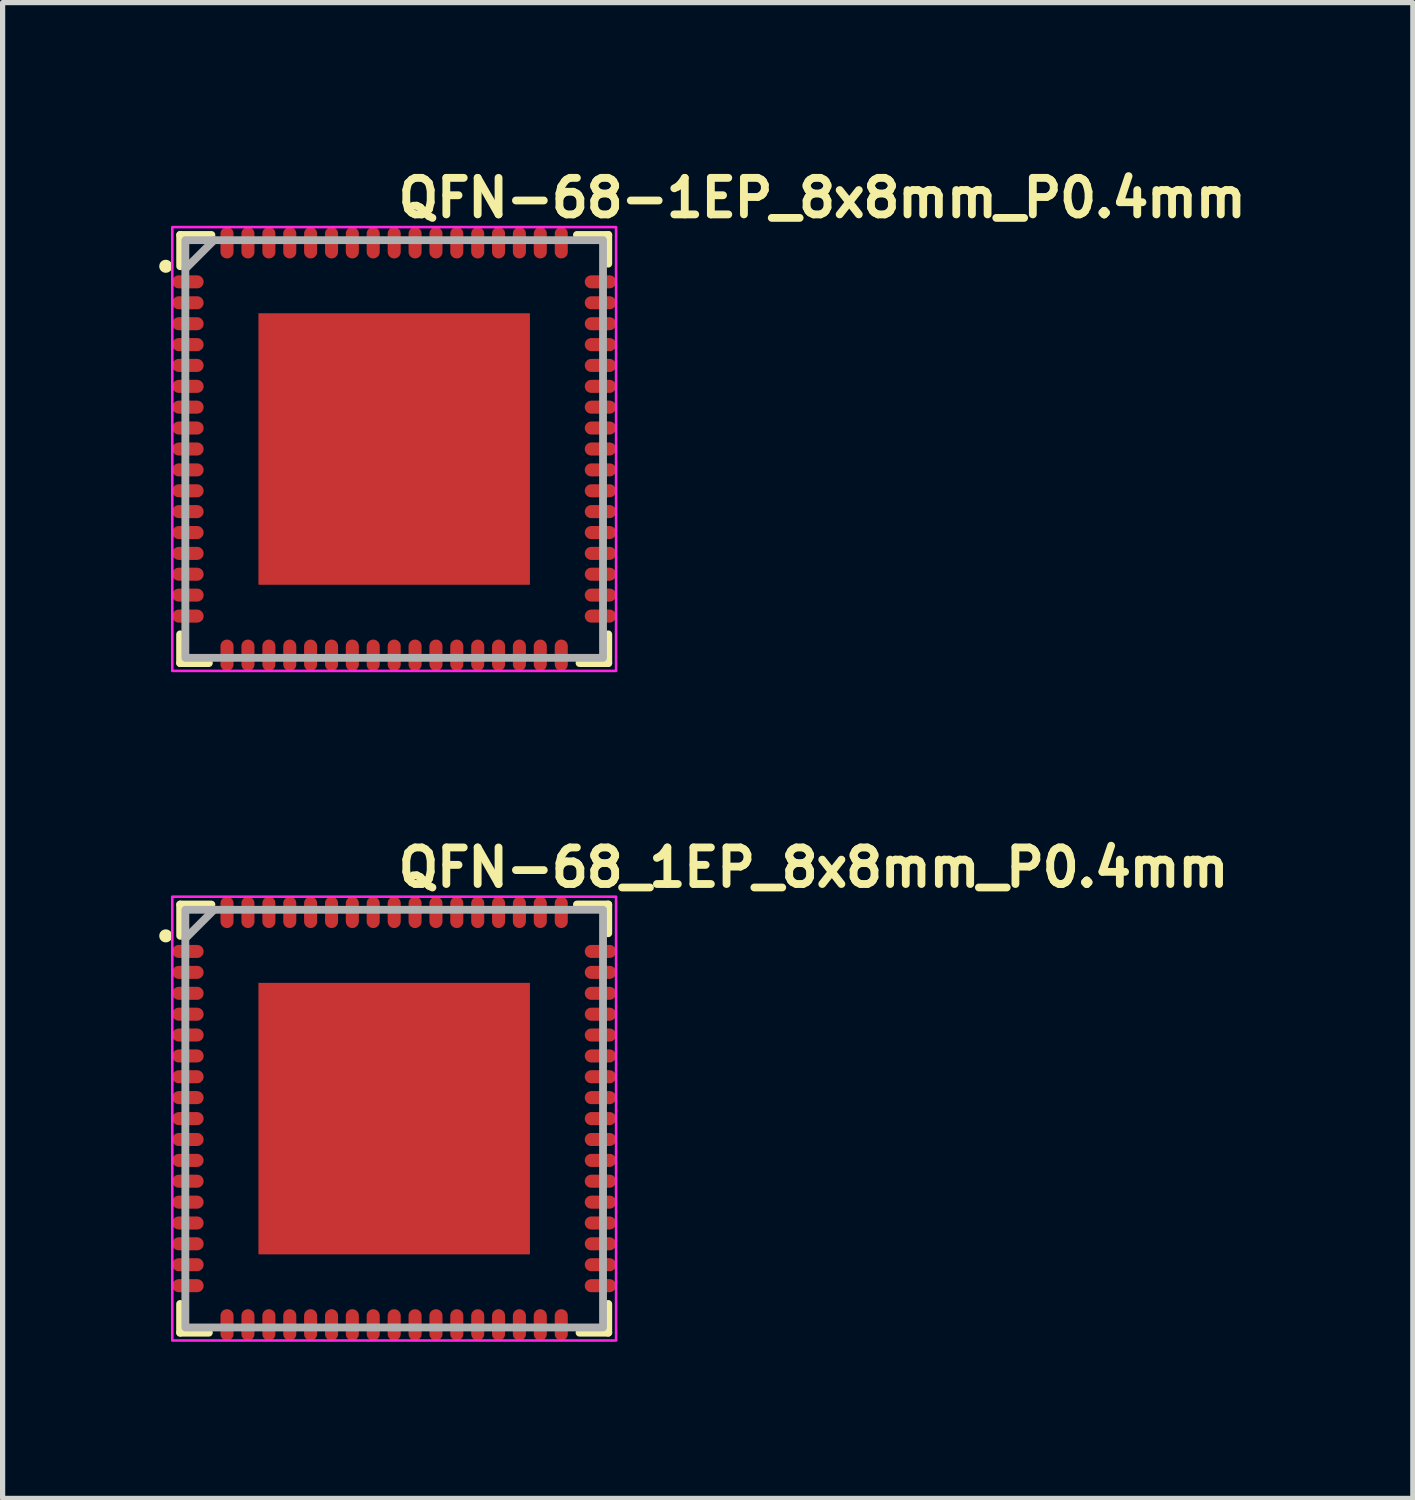
<source format=kicad_pcb>
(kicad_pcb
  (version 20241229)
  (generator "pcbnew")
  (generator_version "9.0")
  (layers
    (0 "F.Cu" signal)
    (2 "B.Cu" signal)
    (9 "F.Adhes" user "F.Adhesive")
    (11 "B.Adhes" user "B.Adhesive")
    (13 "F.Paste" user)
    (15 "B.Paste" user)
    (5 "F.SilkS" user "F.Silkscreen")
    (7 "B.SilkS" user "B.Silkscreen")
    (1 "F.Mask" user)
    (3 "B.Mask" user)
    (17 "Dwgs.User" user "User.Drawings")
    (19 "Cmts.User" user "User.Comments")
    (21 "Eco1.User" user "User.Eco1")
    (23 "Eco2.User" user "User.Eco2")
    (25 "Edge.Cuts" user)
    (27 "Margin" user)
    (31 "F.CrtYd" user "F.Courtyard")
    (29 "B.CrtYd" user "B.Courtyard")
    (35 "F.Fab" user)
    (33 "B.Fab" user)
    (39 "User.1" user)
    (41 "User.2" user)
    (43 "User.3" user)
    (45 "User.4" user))
  (footprint "QFN-68-1EP_8x8mm_P0.4mm"
    (layer "F.Cu")
    (at 4.5 5.55)
    (property "Reference" "QFN-68-1EP_8x8mm_P0.4mm" (at 0 -4.4 0) (layer "F.SilkS") (effects (font (size 0.7 0.7) (thickness 0.15)) (justify left bottom)))
    (attr smd)
    (fp_line (start -4.1 4.1) (end -4.1 3.55) (stroke (width 0.15) (type solid)) (layer "F.SilkS"))
    (fp_line (start -4.099 -3.501) (end -4.099 -4.1) (stroke (width 0.15) (type solid)) (layer "F.SilkS"))
    (fp_line (start -3.55 4.1) (end -4.1 4.1) (stroke (width 0.15) (type solid)) (layer "F.SilkS"))
    (fp_line (start -3.501 -4.1) (end -4.099 -4.1) (stroke (width 0.15) (type solid)) (layer "F.SilkS"))
    (fp_line (start 3.5 -4.1) (end 4.1 -4.1) (stroke (width 0.15) (type solid)) (layer "F.SilkS"))
    (fp_line (start 3.55 4.1) (end 4.1 4.1) (stroke (width 0.15) (type solid)) (layer "F.SilkS"))
    (fp_line (start 4.1 -4.1) (end 4.1 -3.55) (stroke (width 0.15) (type solid)) (layer "F.SilkS"))
    (fp_line (start 4.1 4.1) (end 4.1 3.55) (stroke (width 0.15) (type solid)) (layer "F.SilkS"))
    (fp_circle (center -4.375 -3.5) (end -4.325 -3.5) (stroke (width 0.15) (type solid)) (fill yes) (layer "F.SilkS"))
    (fp_rect (start -4.25 -4.25) (end 4.25 4.25) (stroke (width 0.05) (type solid)) (fill no) (layer "F.CrtYd"))
    (fp_line (start -3.45 -4) (end -4 -3.45) (stroke (width 0.15) (type solid)) (layer "F.Fab"))
    (fp_rect (start -4 -4) (end 4 4) (stroke (width 0.15) (type solid)) (fill no) (layer "F.Fab"))
    (fp_rect (start -4.053 -4.053) (end 4.051 4.051) (stroke (width 0.1) (type solid)) (fill no) (layer "User.5"))
    (fp_line (start -4.053 -4.053) (end -4.053 4.051) (stroke (width 0.02) (type solid)) (layer "User.9"))
    (fp_line (start -4.053 4.051) (end 4.051 4.051) (stroke (width 0.02) (type solid)) (layer "User.9"))
    (fp_line (start 4.051 -4.053) (end -4.053 -4.053) (stroke (width 0.02) (type solid)) (layer "User.9"))
    (fp_line (start 4.051 4.051) (end 4.051 -4.053) (stroke (width 0.02) (type solid)) (layer "User.9"))
    (fp_circle (center -3.25 -3.202) (end -3.05 -3.202) (stroke (width 0.02) (type solid)) (fill no) (layer "User.9"))
    (pad "" smd rect (at -1.7 -1.7) (size 1.5 1.5) (layers "F.Paste"))
    (pad "" smd rect (at -1.7 0) (size 1.5 1.5) (layers "F.Paste"))
    (pad "" smd rect (at -1.7 1.7) (size 1.5 1.5) (layers "F.Paste"))
    (pad "" smd rect (at 0 -1.7) (size 1.5 1.5) (layers "F.Paste"))
    (pad "" smd rect (at 0 0) (size 1.5 1.5) (layers "F.Paste"))
    (pad "" smd rect (at 0 1.7) (size 1.5 1.5) (layers "F.Paste"))
    (pad "" smd rect (at 1.7 -1.7) (size 1.5 1.5) (layers "F.Paste"))
    (pad "" smd rect (at 1.7 0) (size 1.5 1.5) (layers "F.Paste"))
    (pad "" smd rect (at 1.7 1.7) (size 1.5 1.5) (layers "F.Paste"))
    (pad "1" smd oval (at -3.95 -3.202 90) (size 0.25 0.6) (layers "F.Cu" "F.Mask" "F.Paste"))
    (pad "2" smd oval (at -3.95 -2.801 90) (size 0.25 0.6) (layers "F.Cu" "F.Mask" "F.Paste"))
    (pad "3" smd oval (at -3.95 -2.4 90) (size 0.25 0.6) (layers "F.Cu" "F.Mask" "F.Paste"))
    (pad "4" smd oval (at -3.95 -2 90) (size 0.25 0.6) (layers "F.Cu" "F.Mask" "F.Paste"))
    (pad "5" smd oval (at -3.95 -1.601 90) (size 0.25 0.6) (layers "F.Cu" "F.Mask" "F.Paste"))
    (pad "6" smd oval (at -3.95 -1.2 90) (size 0.25 0.6) (layers "F.Cu" "F.Mask" "F.Paste"))
    (pad "7" smd oval (at -3.95 -0.802 90) (size 0.25 0.6) (layers "F.Cu" "F.Mask" "F.Paste"))
    (pad "8" smd oval (at -3.95 -0.402 90) (size 0.25 0.6) (layers "F.Cu" "F.Mask" "F.Paste"))
    (pad "9" smd oval (at -3.95 0 90) (size 0.25 0.6) (layers "F.Cu" "F.Mask" "F.Paste"))
    (pad "10" smd oval (at -3.95 0.4 90) (size 0.25 0.6) (layers "F.Cu" "F.Mask" "F.Paste"))
    (pad "11" smd oval (at -3.95 0.8 90) (size 0.25 0.6) (layers "F.Cu" "F.Mask" "F.Paste"))
    (pad "12" smd oval (at -3.95 1.199 90) (size 0.25 0.6) (layers "F.Cu" "F.Mask" "F.Paste"))
    (pad "13" smd oval (at -3.95 1.6 90) (size 0.25 0.6) (layers "F.Cu" "F.Mask" "F.Paste"))
    (pad "14" smd oval (at -3.95 1.999 90) (size 0.25 0.6) (layers "F.Cu" "F.Mask" "F.Paste"))
    (pad "15" smd oval (at -3.95 2.398 90) (size 0.25 0.6) (layers "F.Cu" "F.Mask" "F.Paste"))
    (pad "16" smd oval (at -3.95 2.798 90) (size 0.25 0.6) (layers "F.Cu" "F.Mask" "F.Paste"))
    (pad "17" smd oval (at -3.95 3.2 90) (size 0.25 0.6) (layers "F.Cu" "F.Mask" "F.Paste"))
    (pad "18" smd oval (at -3.202 3.95) (size 0.25 0.6) (layers "F.Cu" "F.Mask" "F.Paste"))
    (pad "19" smd oval (at -2.801 3.95) (size 0.25 0.6) (layers "F.Cu" "F.Mask" "F.Paste"))
    (pad "20" smd oval (at -2.4 3.95) (size 0.25 0.6) (layers "F.Cu" "F.Mask" "F.Paste"))
    (pad "21" smd oval (at -2 3.95) (size 0.25 0.6) (layers "F.Cu" "F.Mask" "F.Paste"))
    (pad "22" smd oval (at -1.601 3.95) (size 0.25 0.6) (layers "F.Cu" "F.Mask" "F.Paste"))
    (pad "23" smd oval (at -1.2 3.95) (size 0.25 0.6) (layers "F.Cu" "F.Mask" "F.Paste"))
    (pad "24" smd oval (at -0.802 3.95) (size 0.25 0.6) (layers "F.Cu" "F.Mask" "F.Paste"))
    (pad "25" smd oval (at -0.402 3.95) (size 0.25 0.6) (layers "F.Cu" "F.Mask" "F.Paste"))
    (pad "26" smd oval (at 0 3.95) (size 0.25 0.6) (layers "F.Cu" "F.Mask" "F.Paste"))
    (pad "27" smd oval (at 0.4 3.95) (size 0.25 0.6) (layers "F.Cu" "F.Mask" "F.Paste"))
    (pad "28" smd oval (at 0.8 3.95) (size 0.25 0.6) (layers "F.Cu" "F.Mask" "F.Paste"))
    (pad "29" smd oval (at 1.199 3.95) (size 0.25 0.6) (layers "F.Cu" "F.Mask" "F.Paste"))
    (pad "30" smd oval (at 1.6 3.95) (size 0.25 0.6) (layers "F.Cu" "F.Mask" "F.Paste"))
    (pad "31" smd oval (at 1.999 3.95) (size 0.25 0.6) (layers "F.Cu" "F.Mask" "F.Paste"))
    (pad "32" smd oval (at 2.398 3.95) (size 0.25 0.6) (layers "F.Cu" "F.Mask" "F.Paste"))
    (pad "33" smd oval (at 2.798 3.95) (size 0.25 0.6) (layers "F.Cu" "F.Mask" "F.Paste"))
    (pad "34" smd oval (at 3.2 3.95) (size 0.25 0.6) (layers "F.Cu" "F.Mask" "F.Paste"))
    (pad "35" smd oval (at 3.95 3.2 90) (size 0.25 0.6) (layers "F.Cu" "F.Mask" "F.Paste"))
    (pad "36" smd oval (at 3.95 2.798 90) (size 0.25 0.6) (layers "F.Cu" "F.Mask" "F.Paste"))
    (pad "37" smd oval (at 3.95 2.398 90) (size 0.25 0.6) (layers "F.Cu" "F.Mask" "F.Paste"))
    (pad "38" smd oval (at 3.95 1.999 90) (size 0.25 0.6) (layers "F.Cu" "F.Mask" "F.Paste"))
    (pad "39" smd oval (at 3.95 1.6 90) (size 0.25 0.6) (layers "F.Cu" "F.Mask" "F.Paste"))
    (pad "40" smd oval (at 3.95 1.199 90) (size 0.25 0.6) (layers "F.Cu" "F.Mask" "F.Paste"))
    (pad "41" smd oval (at 3.95 0.8 90) (size 0.25 0.6) (layers "F.Cu" "F.Mask" "F.Paste"))
    (pad "42" smd oval (at 3.95 0.4 90) (size 0.25 0.6) (layers "F.Cu" "F.Mask" "F.Paste"))
    (pad "43" smd oval (at 3.95 0 90) (size 0.25 0.6) (layers "F.Cu" "F.Mask" "F.Paste"))
    (pad "44" smd oval (at 3.95 -0.402 90) (size 0.25 0.6) (layers "F.Cu" "F.Mask" "F.Paste"))
    (pad "45" smd oval (at 3.95 -0.802 90) (size 0.25 0.6) (layers "F.Cu" "F.Mask" "F.Paste"))
    (pad "46" smd oval (at 3.95 -1.2 90) (size 0.25 0.6) (layers "F.Cu" "F.Mask" "F.Paste"))
    (pad "47" smd oval (at 3.95 -1.601 90) (size 0.25 0.6) (layers "F.Cu" "F.Mask" "F.Paste"))
    (pad "48" smd oval (at 3.95 -2 90) (size 0.25 0.6) (layers "F.Cu" "F.Mask" "F.Paste"))
    (pad "49" smd oval (at 3.95 -2.4 90) (size 0.25 0.6) (layers "F.Cu" "F.Mask" "F.Paste"))
    (pad "50" smd oval (at 3.95 -2.801 90) (size 0.25 0.6) (layers "F.Cu" "F.Mask" "F.Paste"))
    (pad "51" smd oval (at 3.95 -3.202 90) (size 0.25 0.6) (layers "F.Cu" "F.Mask" "F.Paste"))
    (pad "52" smd oval (at 3.2 -3.95) (size 0.25 0.6) (layers "F.Cu" "F.Mask" "F.Paste"))
    (pad "53" smd oval (at 2.798 -3.95) (size 0.25 0.6) (layers "F.Cu" "F.Mask" "F.Paste"))
    (pad "54" smd oval (at 2.398 -3.95) (size 0.25 0.6) (layers "F.Cu" "F.Mask" "F.Paste"))
    (pad "55" smd oval (at 1.999 -3.95) (size 0.25 0.6) (layers "F.Cu" "F.Mask" "F.Paste"))
    (pad "56" smd oval (at 1.6 -3.95) (size 0.25 0.6) (layers "F.Cu" "F.Mask" "F.Paste"))
    (pad "57" smd oval (at 1.199 -3.95) (size 0.25 0.6) (layers "F.Cu" "F.Mask" "F.Paste"))
    (pad "58" smd oval (at 0.8 -3.95) (size 0.25 0.6) (layers "F.Cu" "F.Mask" "F.Paste"))
    (pad "59" smd oval (at 0.4 -3.95) (size 0.25 0.6) (layers "F.Cu" "F.Mask" "F.Paste"))
    (pad "60" smd oval (at 0 -3.95) (size 0.25 0.6) (layers "F.Cu" "F.Mask" "F.Paste"))
    (pad "61" smd oval (at -0.402 -3.95) (size 0.25 0.6) (layers "F.Cu" "F.Mask" "F.Paste"))
    (pad "62" smd oval (at -0.802 -3.95) (size 0.25 0.6) (layers "F.Cu" "F.Mask" "F.Paste"))
    (pad "63" smd oval (at -1.2 -3.95) (size 0.25 0.6) (layers "F.Cu" "F.Mask" "F.Paste"))
    (pad "64" smd oval (at -1.601 -3.95) (size 0.25 0.6) (layers "F.Cu" "F.Mask" "F.Paste"))
    (pad "65" smd oval (at -2 -3.95) (size 0.25 0.6) (layers "F.Cu" "F.Mask" "F.Paste"))
    (pad "66" smd oval (at -2.4 -3.95) (size 0.25 0.6) (layers "F.Cu" "F.Mask" "F.Paste"))
    (pad "67" smd oval (at -2.801 -3.95) (size 0.25 0.6) (layers "F.Cu" "F.Mask" "F.Paste"))
    (pad "68" smd oval (at -3.202 -3.95) (size 0.25 0.6) (layers "F.Cu" "F.Mask" "F.Paste"))
    (pad "69" smd rect (at 0 0) (size 5.2 5.2) (layers "F.Cu" "F.Mask")))
  (footprint "QFN-68_1EP_8x8mm_P0.4mm"
    (layer "F.Cu")
    (at 4.5 18.375)
    (property "Reference" "QFN-68_1EP_8x8mm_P0.4mm" (at 0 -4.4 0) (layer "F.SilkS") (effects (font (size 0.7 0.7) (thickness 0.15)) (justify left bottom)))
    (attr smd)
    (fp_line (start -4.1 4.1) (end -4.1 3.55) (stroke (width 0.15) (type solid)) (layer "F.SilkS"))
    (fp_line (start -4.099 -3.501) (end -4.099 -4.1) (stroke (width 0.15) (type solid)) (layer "F.SilkS"))
    (fp_line (start -3.55 4.1) (end -4.1 4.1) (stroke (width 0.15) (type solid)) (layer "F.SilkS"))
    (fp_line (start -3.501 -4.1) (end -4.099 -4.1) (stroke (width 0.15) (type solid)) (layer "F.SilkS"))
    (fp_line (start 3.5 -4.1) (end 4.1 -4.1) (stroke (width 0.15) (type solid)) (layer "F.SilkS"))
    (fp_line (start 3.55 4.1) (end 4.1 4.1) (stroke (width 0.15) (type solid)) (layer "F.SilkS"))
    (fp_line (start 4.1 -4.1) (end 4.1 -3.55) (stroke (width 0.15) (type solid)) (layer "F.SilkS"))
    (fp_line (start 4.1 4.1) (end 4.1 3.55) (stroke (width 0.15) (type solid)) (layer "F.SilkS"))
    (fp_circle (center -4.375 -3.5) (end -4.325 -3.5) (stroke (width 0.15) (type solid)) (fill yes) (layer "F.SilkS"))
    (fp_rect (start -4.25 -4.25) (end 4.25 4.25) (stroke (width 0.05) (type solid)) (fill no) (layer "F.CrtYd"))
    (fp_line (start -3.45 -4) (end -4 -3.45) (stroke (width 0.15) (type solid)) (layer "F.Fab"))
    (fp_rect (start -4 -4) (end 4 4) (stroke (width 0.15) (type solid)) (fill no) (layer "F.Fab"))
    (fp_rect (start -4.053 -4.053) (end 4.051 4.051) (stroke (width 0.1) (type solid)) (fill no) (layer "User.5"))
    (fp_line (start -4.053 -4.053) (end -4.053 4.051) (stroke (width 0.02) (type solid)) (layer "User.9"))
    (fp_line (start -4.053 4.051) (end 4.051 4.051) (stroke (width 0.02) (type solid)) (layer "User.9"))
    (fp_line (start 4.051 -4.053) (end -4.053 -4.053) (stroke (width 0.02) (type solid)) (layer "User.9"))
    (fp_line (start 4.051 4.051) (end 4.051 -4.053) (stroke (width 0.02) (type solid)) (layer "User.9"))
    (fp_circle (center -3.25 -3.202) (end -3.05 -3.202) (stroke (width 0.02) (type solid)) (fill no) (layer "User.9"))
    (pad "" smd rect (at -1.7 -1.7) (size 1.5 1.5) (layers "F.Paste"))
    (pad "" smd rect (at -1.7 0) (size 1.5 1.5) (layers "F.Paste"))
    (pad "" smd rect (at -1.7 1.7) (size 1.5 1.5) (layers "F.Paste"))
    (pad "" smd rect (at 0 -1.7) (size 1.5 1.5) (layers "F.Paste"))
    (pad "" smd rect (at 0 0) (size 1.5 1.5) (layers "F.Paste"))
    (pad "" smd rect (at 0 1.7) (size 1.5 1.5) (layers "F.Paste"))
    (pad "" smd rect (at 1.7 -1.7) (size 1.5 1.5) (layers "F.Paste"))
    (pad "" smd rect (at 1.7 0) (size 1.5 1.5) (layers "F.Paste"))
    (pad "" smd rect (at 1.7 1.7) (size 1.5 1.5) (layers "F.Paste"))
    (pad "1" smd oval (at -3.95 -3.202 90) (size 0.25 0.6) (layers "F.Cu" "F.Mask" "F.Paste"))
    (pad "2" smd oval (at -3.95 -2.801 90) (size 0.25 0.6) (layers "F.Cu" "F.Mask" "F.Paste"))
    (pad "3" smd oval (at -3.95 -2.4 90) (size 0.25 0.6) (layers "F.Cu" "F.Mask" "F.Paste"))
    (pad "4" smd oval (at -3.95 -2 90) (size 0.25 0.6) (layers "F.Cu" "F.Mask" "F.Paste"))
    (pad "5" smd oval (at -3.95 -1.601 90) (size 0.25 0.6) (layers "F.Cu" "F.Mask" "F.Paste"))
    (pad "6" smd oval (at -3.95 -1.2 90) (size 0.25 0.6) (layers "F.Cu" "F.Mask" "F.Paste"))
    (pad "7" smd oval (at -3.95 -0.802 90) (size 0.25 0.6) (layers "F.Cu" "F.Mask" "F.Paste"))
    (pad "8" smd oval (at -3.95 -0.402 90) (size 0.25 0.6) (layers "F.Cu" "F.Mask" "F.Paste"))
    (pad "9" smd oval (at -3.95 0 90) (size 0.25 0.6) (layers "F.Cu" "F.Mask" "F.Paste"))
    (pad "10" smd oval (at -3.95 0.4 90) (size 0.25 0.6) (layers "F.Cu" "F.Mask" "F.Paste"))
    (pad "11" smd oval (at -3.95 0.8 90) (size 0.25 0.6) (layers "F.Cu" "F.Mask" "F.Paste"))
    (pad "12" smd oval (at -3.95 1.199 90) (size 0.25 0.6) (layers "F.Cu" "F.Mask" "F.Paste"))
    (pad "13" smd oval (at -3.95 1.6 90) (size 0.25 0.6) (layers "F.Cu" "F.Mask" "F.Paste"))
    (pad "14" smd oval (at -3.95 1.999 90) (size 0.25 0.6) (layers "F.Cu" "F.Mask" "F.Paste"))
    (pad "15" smd oval (at -3.95 2.398 90) (size 0.25 0.6) (layers "F.Cu" "F.Mask" "F.Paste"))
    (pad "16" smd oval (at -3.95 2.798 90) (size 0.25 0.6) (layers "F.Cu" "F.Mask" "F.Paste"))
    (pad "17" smd oval (at -3.95 3.2 90) (size 0.25 0.6) (layers "F.Cu" "F.Mask" "F.Paste"))
    (pad "18" smd oval (at -3.202 3.95) (size 0.25 0.6) (layers "F.Cu" "F.Mask" "F.Paste"))
    (pad "19" smd oval (at -2.801 3.95) (size 0.25 0.6) (layers "F.Cu" "F.Mask" "F.Paste"))
    (pad "20" smd oval (at -2.4 3.95) (size 0.25 0.6) (layers "F.Cu" "F.Mask" "F.Paste"))
    (pad "21" smd oval (at -2 3.95) (size 0.25 0.6) (layers "F.Cu" "F.Mask" "F.Paste"))
    (pad "22" smd oval (at -1.601 3.95) (size 0.25 0.6) (layers "F.Cu" "F.Mask" "F.Paste"))
    (pad "23" smd oval (at -1.2 3.95) (size 0.25 0.6) (layers "F.Cu" "F.Mask" "F.Paste"))
    (pad "24" smd oval (at -0.802 3.95) (size 0.25 0.6) (layers "F.Cu" "F.Mask" "F.Paste"))
    (pad "25" smd oval (at -0.402 3.95) (size 0.25 0.6) (layers "F.Cu" "F.Mask" "F.Paste"))
    (pad "26" smd oval (at 0 3.95) (size 0.25 0.6) (layers "F.Cu" "F.Mask" "F.Paste"))
    (pad "27" smd oval (at 0.4 3.95) (size 0.25 0.6) (layers "F.Cu" "F.Mask" "F.Paste"))
    (pad "28" smd oval (at 0.8 3.95) (size 0.25 0.6) (layers "F.Cu" "F.Mask" "F.Paste"))
    (pad "29" smd oval (at 1.199 3.95) (size 0.25 0.6) (layers "F.Cu" "F.Mask" "F.Paste"))
    (pad "30" smd oval (at 1.6 3.95) (size 0.25 0.6) (layers "F.Cu" "F.Mask" "F.Paste"))
    (pad "31" smd oval (at 1.999 3.95) (size 0.25 0.6) (layers "F.Cu" "F.Mask" "F.Paste"))
    (pad "32" smd oval (at 2.398 3.95) (size 0.25 0.6) (layers "F.Cu" "F.Mask" "F.Paste"))
    (pad "33" smd oval (at 2.798 3.95) (size 0.25 0.6) (layers "F.Cu" "F.Mask" "F.Paste"))
    (pad "34" smd oval (at 3.2 3.95) (size 0.25 0.6) (layers "F.Cu" "F.Mask" "F.Paste"))
    (pad "35" smd oval (at 3.95 3.2 90) (size 0.25 0.6) (layers "F.Cu" "F.Mask" "F.Paste"))
    (pad "36" smd oval (at 3.95 2.798 90) (size 0.25 0.6) (layers "F.Cu" "F.Mask" "F.Paste"))
    (pad "37" smd oval (at 3.95 2.398 90) (size 0.25 0.6) (layers "F.Cu" "F.Mask" "F.Paste"))
    (pad "38" smd oval (at 3.95 1.999 90) (size 0.25 0.6) (layers "F.Cu" "F.Mask" "F.Paste"))
    (pad "39" smd oval (at 3.95 1.6 90) (size 0.25 0.6) (layers "F.Cu" "F.Mask" "F.Paste"))
    (pad "40" smd oval (at 3.95 1.199 90) (size 0.25 0.6) (layers "F.Cu" "F.Mask" "F.Paste"))
    (pad "41" smd oval (at 3.95 0.8 90) (size 0.25 0.6) (layers "F.Cu" "F.Mask" "F.Paste"))
    (pad "42" smd oval (at 3.95 0.4 90) (size 0.25 0.6) (layers "F.Cu" "F.Mask" "F.Paste"))
    (pad "43" smd oval (at 3.95 0 90) (size 0.25 0.6) (layers "F.Cu" "F.Mask" "F.Paste"))
    (pad "44" smd oval (at 3.95 -0.402 90) (size 0.25 0.6) (layers "F.Cu" "F.Mask" "F.Paste"))
    (pad "45" smd oval (at 3.95 -0.802 90) (size 0.25 0.6) (layers "F.Cu" "F.Mask" "F.Paste"))
    (pad "46" smd oval (at 3.95 -1.2 90) (size 0.25 0.6) (layers "F.Cu" "F.Mask" "F.Paste"))
    (pad "47" smd oval (at 3.95 -1.601 90) (size 0.25 0.6) (layers "F.Cu" "F.Mask" "F.Paste"))
    (pad "48" smd oval (at 3.95 -2 90) (size 0.25 0.6) (layers "F.Cu" "F.Mask" "F.Paste"))
    (pad "49" smd oval (at 3.95 -2.4 90) (size 0.25 0.6) (layers "F.Cu" "F.Mask" "F.Paste"))
    (pad "50" smd oval (at 3.95 -2.801 90) (size 0.25 0.6) (layers "F.Cu" "F.Mask" "F.Paste"))
    (pad "51" smd oval (at 3.95 -3.202 90) (size 0.25 0.6) (layers "F.Cu" "F.Mask" "F.Paste"))
    (pad "52" smd oval (at 3.2 -3.95) (size 0.25 0.6) (layers "F.Cu" "F.Mask" "F.Paste"))
    (pad "53" smd oval (at 2.798 -3.95) (size 0.25 0.6) (layers "F.Cu" "F.Mask" "F.Paste"))
    (pad "54" smd oval (at 2.398 -3.95) (size 0.25 0.6) (layers "F.Cu" "F.Mask" "F.Paste"))
    (pad "55" smd oval (at 1.999 -3.95) (size 0.25 0.6) (layers "F.Cu" "F.Mask" "F.Paste"))
    (pad "56" smd oval (at 1.6 -3.95) (size 0.25 0.6) (layers "F.Cu" "F.Mask" "F.Paste"))
    (pad "57" smd oval (at 1.199 -3.95) (size 0.25 0.6) (layers "F.Cu" "F.Mask" "F.Paste"))
    (pad "58" smd oval (at 0.8 -3.95) (size 0.25 0.6) (layers "F.Cu" "F.Mask" "F.Paste"))
    (pad "59" smd oval (at 0.4 -3.95) (size 0.25 0.6) (layers "F.Cu" "F.Mask" "F.Paste"))
    (pad "60" smd oval (at 0 -3.95) (size 0.25 0.6) (layers "F.Cu" "F.Mask" "F.Paste"))
    (pad "61" smd oval (at -0.402 -3.95) (size 0.25 0.6) (layers "F.Cu" "F.Mask" "F.Paste"))
    (pad "62" smd oval (at -0.802 -3.95) (size 0.25 0.6) (layers "F.Cu" "F.Mask" "F.Paste"))
    (pad "63" smd oval (at -1.2 -3.95) (size 0.25 0.6) (layers "F.Cu" "F.Mask" "F.Paste"))
    (pad "64" smd oval (at -1.601 -3.95) (size 0.25 0.6) (layers "F.Cu" "F.Mask" "F.Paste"))
    (pad "65" smd oval (at -2 -3.95) (size 0.25 0.6) (layers "F.Cu" "F.Mask" "F.Paste"))
    (pad "66" smd oval (at -2.4 -3.95) (size 0.25 0.6) (layers "F.Cu" "F.Mask" "F.Paste"))
    (pad "67" smd oval (at -2.801 -3.95) (size 0.25 0.6) (layers "F.Cu" "F.Mask" "F.Paste"))
    (pad "68" smd oval (at -3.202 -3.95) (size 0.25 0.6) (layers "F.Cu" "F.Mask" "F.Paste"))
    (pad "EP" smd rect (at 0 0) (size 5.2 5.2) (layers "F.Cu" "F.Mask")))
  (gr_rect
    (start -3 -3)
    (end 24.01 25.65)
    (stroke (width 0.1) (type default))
    (fill no)
    (layer "Edge.Cuts")))
</source>
